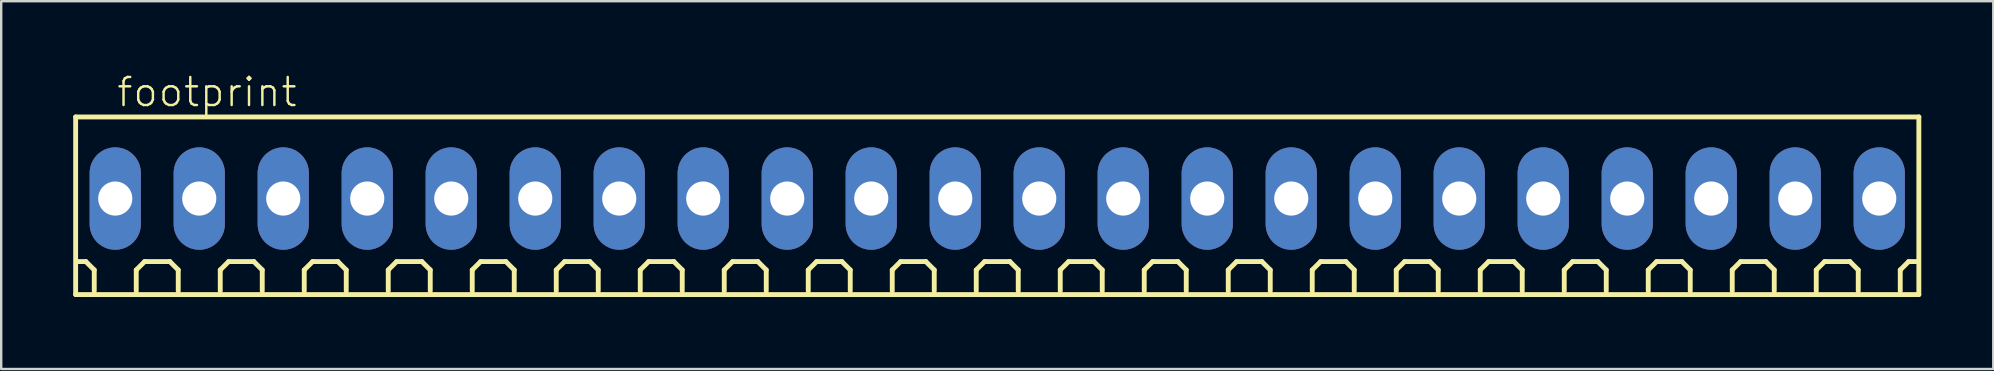
<source format=kicad_pcb>
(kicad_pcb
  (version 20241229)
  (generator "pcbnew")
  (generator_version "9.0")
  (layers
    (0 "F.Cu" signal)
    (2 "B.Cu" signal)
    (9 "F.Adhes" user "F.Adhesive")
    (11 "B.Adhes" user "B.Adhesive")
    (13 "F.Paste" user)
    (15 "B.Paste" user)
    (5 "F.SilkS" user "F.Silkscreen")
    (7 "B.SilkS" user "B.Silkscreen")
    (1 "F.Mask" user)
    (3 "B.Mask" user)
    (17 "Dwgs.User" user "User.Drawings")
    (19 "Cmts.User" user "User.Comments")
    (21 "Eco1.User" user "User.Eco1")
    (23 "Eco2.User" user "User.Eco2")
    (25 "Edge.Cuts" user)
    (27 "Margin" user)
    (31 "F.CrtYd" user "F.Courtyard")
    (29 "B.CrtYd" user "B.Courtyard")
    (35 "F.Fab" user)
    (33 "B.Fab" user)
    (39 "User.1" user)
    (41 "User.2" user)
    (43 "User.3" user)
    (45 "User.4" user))
  (footprint "footprint"
    (layer "F.Cu")
    (at 38.502 5.223)
    (property "Reference" "footprint" (at -36.75 -3.75 0) (layer "F.SilkS") (effects (font (size 1.168 1.168) (thickness 0.102)) (justify left bottom)))
    (fp_line (start -38.4 -3.4) (end 38.4 -3.4) (stroke (width 0.203) (type solid)) (layer "F.SilkS"))
    (fp_line (start -38.4 4) (end -38.4 -3.4) (stroke (width 0.203) (type solid)) (layer "F.SilkS"))
    (fp_line (start -37.975 2.625) (end -38.325 2.625) (stroke (width 0.203) (type solid)) (layer "F.SilkS"))
    (fp_line (start -37.625 2.975) (end -37.975 2.625) (stroke (width 0.203) (type solid)) (layer "F.SilkS"))
    (fp_line (start -37.625 3.85) (end -37.625 2.975) (stroke (width 0.203) (type solid)) (layer "F.SilkS"))
    (fp_line (start -35.875 2.975) (end -35.525 2.625) (stroke (width 0.203) (type solid)) (layer "F.SilkS"))
    (fp_line (start -35.875 3.85) (end -35.875 2.975) (stroke (width 0.203) (type solid)) (layer "F.SilkS"))
    (fp_line (start -35.525 2.625) (end -34.475 2.625) (stroke (width 0.203) (type solid)) (layer "F.SilkS"))
    (fp_line (start -34.475 2.625) (end -34.125 2.975) (stroke (width 0.203) (type solid)) (layer "F.SilkS"))
    (fp_line (start -34.125 2.975) (end -34.125 3.85) (stroke (width 0.203) (type solid)) (layer "F.SilkS"))
    (fp_line (start -32.375 2.975) (end -32.025 2.625) (stroke (width 0.203) (type solid)) (layer "F.SilkS"))
    (fp_line (start -32.375 3.85) (end -32.375 2.975) (stroke (width 0.203) (type solid)) (layer "F.SilkS"))
    (fp_line (start -32.025 2.625) (end -30.975 2.625) (stroke (width 0.203) (type solid)) (layer "F.SilkS"))
    (fp_line (start -30.975 2.625) (end -30.625 2.975) (stroke (width 0.203) (type solid)) (layer "F.SilkS"))
    (fp_line (start -30.625 2.975) (end -30.625 3.85) (stroke (width 0.203) (type solid)) (layer "F.SilkS"))
    (fp_line (start -28.875 2.975) (end -28.525 2.625) (stroke (width 0.203) (type solid)) (layer "F.SilkS"))
    (fp_line (start -28.875 3.85) (end -28.875 2.975) (stroke (width 0.203) (type solid)) (layer "F.SilkS"))
    (fp_line (start -28.525 2.625) (end -27.475 2.625) (stroke (width 0.203) (type solid)) (layer "F.SilkS"))
    (fp_line (start -27.475 2.625) (end -27.125 2.975) (stroke (width 0.203) (type solid)) (layer "F.SilkS"))
    (fp_line (start -27.125 2.975) (end -27.125 3.85) (stroke (width 0.203) (type solid)) (layer "F.SilkS"))
    (fp_line (start -25.375 2.975) (end -25.025 2.625) (stroke (width 0.203) (type solid)) (layer "F.SilkS"))
    (fp_line (start -25.375 3.85) (end -25.375 2.975) (stroke (width 0.203) (type solid)) (layer "F.SilkS"))
    (fp_line (start -25.025 2.625) (end -23.975 2.625) (stroke (width 0.203) (type solid)) (layer "F.SilkS"))
    (fp_line (start -23.975 2.625) (end -23.625 2.975) (stroke (width 0.203) (type solid)) (layer "F.SilkS"))
    (fp_line (start -23.625 2.975) (end -23.625 3.85) (stroke (width 0.203) (type solid)) (layer "F.SilkS"))
    (fp_line (start -21.875 2.975) (end -21.525 2.625) (stroke (width 0.203) (type solid)) (layer "F.SilkS"))
    (fp_line (start -21.875 3.85) (end -21.875 2.975) (stroke (width 0.203) (type solid)) (layer "F.SilkS"))
    (fp_line (start -21.525 2.625) (end -20.475 2.625) (stroke (width 0.203) (type solid)) (layer "F.SilkS"))
    (fp_line (start -20.475 2.625) (end -20.125 2.975) (stroke (width 0.203) (type solid)) (layer "F.SilkS"))
    (fp_line (start -20.125 2.975) (end -20.125 3.85) (stroke (width 0.203) (type solid)) (layer "F.SilkS"))
    (fp_line (start -18.375 2.975) (end -18.025 2.625) (stroke (width 0.203) (type solid)) (layer "F.SilkS"))
    (fp_line (start -18.375 3.85) (end -18.375 2.975) (stroke (width 0.203) (type solid)) (layer "F.SilkS"))
    (fp_line (start -18.025 2.625) (end -16.975 2.625) (stroke (width 0.203) (type solid)) (layer "F.SilkS"))
    (fp_line (start -16.975 2.625) (end -16.625 2.975) (stroke (width 0.203) (type solid)) (layer "F.SilkS"))
    (fp_line (start -16.625 2.975) (end -16.625 3.85) (stroke (width 0.203) (type solid)) (layer "F.SilkS"))
    (fp_line (start -14.875 2.975) (end -14.525 2.625) (stroke (width 0.203) (type solid)) (layer "F.SilkS"))
    (fp_line (start -14.875 3.85) (end -14.875 2.975) (stroke (width 0.203) (type solid)) (layer "F.SilkS"))
    (fp_line (start -14.525 2.625) (end -13.475 2.625) (stroke (width 0.203) (type solid)) (layer "F.SilkS"))
    (fp_line (start -13.475 2.625) (end -13.125 2.975) (stroke (width 0.203) (type solid)) (layer "F.SilkS"))
    (fp_line (start -13.125 2.975) (end -13.125 3.85) (stroke (width 0.203) (type solid)) (layer "F.SilkS"))
    (fp_line (start -11.375 2.975) (end -11.025 2.625) (stroke (width 0.203) (type solid)) (layer "F.SilkS"))
    (fp_line (start -11.375 3.85) (end -11.375 2.975) (stroke (width 0.203) (type solid)) (layer "F.SilkS"))
    (fp_line (start -11.025 2.625) (end -9.975 2.625) (stroke (width 0.203) (type solid)) (layer "F.SilkS"))
    (fp_line (start -9.975 2.625) (end -9.625 2.975) (stroke (width 0.203) (type solid)) (layer "F.SilkS"))
    (fp_line (start -9.625 2.975) (end -9.625 3.85) (stroke (width 0.203) (type solid)) (layer "F.SilkS"))
    (fp_line (start -7.875 2.975) (end -7.525 2.625) (stroke (width 0.203) (type solid)) (layer "F.SilkS"))
    (fp_line (start -7.875 3.85) (end -7.875 2.975) (stroke (width 0.203) (type solid)) (layer "F.SilkS"))
    (fp_line (start -7.525 2.625) (end -6.475 2.625) (stroke (width 0.203) (type solid)) (layer "F.SilkS"))
    (fp_line (start -6.475 2.625) (end -6.125 2.975) (stroke (width 0.203) (type solid)) (layer "F.SilkS"))
    (fp_line (start -6.125 2.975) (end -6.125 3.85) (stroke (width 0.203) (type solid)) (layer "F.SilkS"))
    (fp_line (start -4.375 2.975) (end -4.025 2.625) (stroke (width 0.203) (type solid)) (layer "F.SilkS"))
    (fp_line (start -4.375 3.85) (end -4.375 2.975) (stroke (width 0.203) (type solid)) (layer "F.SilkS"))
    (fp_line (start -4.025 2.625) (end -2.975 2.625) (stroke (width 0.203) (type solid)) (layer "F.SilkS"))
    (fp_line (start -2.975 2.625) (end -2.625 2.975) (stroke (width 0.203) (type solid)) (layer "F.SilkS"))
    (fp_line (start -2.625 2.975) (end -2.625 3.85) (stroke (width 0.203) (type solid)) (layer "F.SilkS"))
    (fp_line (start -0.875 2.975) (end -0.525 2.625) (stroke (width 0.203) (type solid)) (layer "F.SilkS"))
    (fp_line (start -0.875 3.85) (end -0.875 2.975) (stroke (width 0.203) (type solid)) (layer "F.SilkS"))
    (fp_line (start -0.525 2.625) (end 0.525 2.625) (stroke (width 0.203) (type solid)) (layer "F.SilkS"))
    (fp_line (start 0.525 2.625) (end 0.875 2.975) (stroke (width 0.203) (type solid)) (layer "F.SilkS"))
    (fp_line (start 0.875 2.975) (end 0.875 3.85) (stroke (width 0.203) (type solid)) (layer "F.SilkS"))
    (fp_line (start 2.625 2.975) (end 2.975 2.625) (stroke (width 0.203) (type solid)) (layer "F.SilkS"))
    (fp_line (start 2.625 3.85) (end 2.625 2.975) (stroke (width 0.203) (type solid)) (layer "F.SilkS"))
    (fp_line (start 2.975 2.625) (end 4.025 2.625) (stroke (width 0.203) (type solid)) (layer "F.SilkS"))
    (fp_line (start 4.025 2.625) (end 4.375 2.975) (stroke (width 0.203) (type solid)) (layer "F.SilkS"))
    (fp_line (start 4.375 2.975) (end 4.375 3.85) (stroke (width 0.203) (type solid)) (layer "F.SilkS"))
    (fp_line (start 6.125 2.975) (end 6.475 2.625) (stroke (width 0.203) (type solid)) (layer "F.SilkS"))
    (fp_line (start 6.125 3.85) (end 6.125 2.975) (stroke (width 0.203) (type solid)) (layer "F.SilkS"))
    (fp_line (start 6.475 2.625) (end 7.525 2.625) (stroke (width 0.203) (type solid)) (layer "F.SilkS"))
    (fp_line (start 7.525 2.625) (end 7.875 2.975) (stroke (width 0.203) (type solid)) (layer "F.SilkS"))
    (fp_line (start 7.875 2.975) (end 7.875 3.85) (stroke (width 0.203) (type solid)) (layer "F.SilkS"))
    (fp_line (start 9.625 2.975) (end 9.975 2.625) (stroke (width 0.203) (type solid)) (layer "F.SilkS"))
    (fp_line (start 9.625 3.85) (end 9.625 2.975) (stroke (width 0.203) (type solid)) (layer "F.SilkS"))
    (fp_line (start 9.975 2.625) (end 11.025 2.625) (stroke (width 0.203) (type solid)) (layer "F.SilkS"))
    (fp_line (start 11.025 2.625) (end 11.375 2.975) (stroke (width 0.203) (type solid)) (layer "F.SilkS"))
    (fp_line (start 11.375 2.975) (end 11.375 3.85) (stroke (width 0.203) (type solid)) (layer "F.SilkS"))
    (fp_line (start 13.125 2.975) (end 13.475 2.625) (stroke (width 0.203) (type solid)) (layer "F.SilkS"))
    (fp_line (start 13.125 3.85) (end 13.125 2.975) (stroke (width 0.203) (type solid)) (layer "F.SilkS"))
    (fp_line (start 13.475 2.625) (end 14.525 2.625) (stroke (width 0.203) (type solid)) (layer "F.SilkS"))
    (fp_line (start 14.525 2.625) (end 14.875 2.975) (stroke (width 0.203) (type solid)) (layer "F.SilkS"))
    (fp_line (start 14.875 2.975) (end 14.875 3.85) (stroke (width 0.203) (type solid)) (layer "F.SilkS"))
    (fp_line (start 16.625 2.975) (end 16.975 2.625) (stroke (width 0.203) (type solid)) (layer "F.SilkS"))
    (fp_line (start 16.625 3.85) (end 16.625 2.975) (stroke (width 0.203) (type solid)) (layer "F.SilkS"))
    (fp_line (start 16.975 2.625) (end 18.025 2.625) (stroke (width 0.203) (type solid)) (layer "F.SilkS"))
    (fp_line (start 18.025 2.625) (end 18.375 2.975) (stroke (width 0.203) (type solid)) (layer "F.SilkS"))
    (fp_line (start 18.375 2.975) (end 18.375 3.85) (stroke (width 0.203) (type solid)) (layer "F.SilkS"))
    (fp_line (start 20.125 2.975) (end 20.475 2.625) (stroke (width 0.203) (type solid)) (layer "F.SilkS"))
    (fp_line (start 20.125 3.85) (end 20.125 2.975) (stroke (width 0.203) (type solid)) (layer "F.SilkS"))
    (fp_line (start 20.475 2.625) (end 21.525 2.625) (stroke (width 0.203) (type solid)) (layer "F.SilkS"))
    (fp_line (start 21.525 2.625) (end 21.875 2.975) (stroke (width 0.203) (type solid)) (layer "F.SilkS"))
    (fp_line (start 21.875 2.975) (end 21.875 3.85) (stroke (width 0.203) (type solid)) (layer "F.SilkS"))
    (fp_line (start 23.625 2.975) (end 23.975 2.625) (stroke (width 0.203) (type solid)) (layer "F.SilkS"))
    (fp_line (start 23.625 3.85) (end 23.625 2.975) (stroke (width 0.203) (type solid)) (layer "F.SilkS"))
    (fp_line (start 23.975 2.625) (end 25.025 2.625) (stroke (width 0.203) (type solid)) (layer "F.SilkS"))
    (fp_line (start 25.025 2.625) (end 25.375 2.975) (stroke (width 0.203) (type solid)) (layer "F.SilkS"))
    (fp_line (start 25.375 2.975) (end 25.375 3.85) (stroke (width 0.203) (type solid)) (layer "F.SilkS"))
    (fp_line (start 27.125 2.975) (end 27.475 2.625) (stroke (width 0.203) (type solid)) (layer "F.SilkS"))
    (fp_line (start 27.125 3.85) (end 27.125 2.975) (stroke (width 0.203) (type solid)) (layer "F.SilkS"))
    (fp_line (start 27.475 2.625) (end 28.525 2.625) (stroke (width 0.203) (type solid)) (layer "F.SilkS"))
    (fp_line (start 28.525 2.625) (end 28.875 2.975) (stroke (width 0.203) (type solid)) (layer "F.SilkS"))
    (fp_line (start 28.875 2.975) (end 28.875 3.85) (stroke (width 0.203) (type solid)) (layer "F.SilkS"))
    (fp_line (start 30.625 2.975) (end 30.975 2.625) (stroke (width 0.203) (type solid)) (layer "F.SilkS"))
    (fp_line (start 30.625 3.85) (end 30.625 2.975) (stroke (width 0.203) (type solid)) (layer "F.SilkS"))
    (fp_line (start 30.975 2.625) (end 32.025 2.625) (stroke (width 0.203) (type solid)) (layer "F.SilkS"))
    (fp_line (start 32.025 2.625) (end 32.375 2.975) (stroke (width 0.203) (type solid)) (layer "F.SilkS"))
    (fp_line (start 32.375 2.975) (end 32.375 3.85) (stroke (width 0.203) (type solid)) (layer "F.SilkS"))
    (fp_line (start 34.125 2.975) (end 34.475 2.625) (stroke (width 0.203) (type solid)) (layer "F.SilkS"))
    (fp_line (start 34.125 3.85) (end 34.125 2.975) (stroke (width 0.203) (type solid)) (layer "F.SilkS"))
    (fp_line (start 34.475 2.625) (end 35.525 2.625) (stroke (width 0.203) (type solid)) (layer "F.SilkS"))
    (fp_line (start 35.525 2.625) (end 35.875 2.975) (stroke (width 0.203) (type solid)) (layer "F.SilkS"))
    (fp_line (start 35.875 2.975) (end 35.875 3.85) (stroke (width 0.203) (type solid)) (layer "F.SilkS"))
    (fp_line (start 37.625 2.975) (end 37.975 2.625) (stroke (width 0.203) (type solid)) (layer "F.SilkS"))
    (fp_line (start 37.625 3.85) (end 37.625 2.975) (stroke (width 0.203) (type solid)) (layer "F.SilkS"))
    (fp_line (start 37.975 2.625) (end 38.325 2.625) (stroke (width 0.203) (type solid)) (layer "F.SilkS"))
    (fp_line (start 38.4 -3.4) (end 38.4 4) (stroke (width 0.203) (type solid)) (layer "F.SilkS"))
    (fp_line (start 38.4 4) (end -38.4 4) (stroke (width 0.203) (type solid)) (layer "F.SilkS"))
    (pad "1" thru_hole oval (at -36.75 0 90) (size 4.267 2.134) (drill 1.422) (layers "*.Cu" "*.Mask"))
    (pad "2" thru_hole oval (at -33.25 0 90) (size 4.267 2.134) (drill 1.422) (layers "*.Cu" "*.Mask"))
    (pad "3" thru_hole oval (at -29.75 0 90) (size 4.267 2.134) (drill 1.422) (layers "*.Cu" "*.Mask"))
    (pad "4" thru_hole oval (at -26.25 0 90) (size 4.267 2.134) (drill 1.422) (layers "*.Cu" "*.Mask"))
    (pad "5" thru_hole oval (at -22.75 0 90) (size 4.267 2.134) (drill 1.422) (layers "*.Cu" "*.Mask"))
    (pad "6" thru_hole oval (at -19.25 0 90) (size 4.267 2.134) (drill 1.422) (layers "*.Cu" "*.Mask"))
    (pad "7" thru_hole oval (at -15.75 0 90) (size 4.267 2.134) (drill 1.422) (layers "*.Cu" "*.Mask"))
    (pad "8" thru_hole oval (at -12.25 0 90) (size 4.267 2.134) (drill 1.422) (layers "*.Cu" "*.Mask"))
    (pad "9" thru_hole oval (at -8.75 0 90) (size 4.267 2.134) (drill 1.422) (layers "*.Cu" "*.Mask"))
    (pad "10" thru_hole oval (at -5.25 0 90) (size 4.267 2.134) (drill 1.422) (layers "*.Cu" "*.Mask"))
    (pad "11" thru_hole oval (at -1.75 0 90) (size 4.267 2.134) (drill 1.422) (layers "*.Cu" "*.Mask"))
    (pad "12" thru_hole oval (at 1.75 0 90) (size 4.267 2.134) (drill 1.422) (layers "*.Cu" "*.Mask"))
    (pad "13" thru_hole oval (at 5.25 0 90) (size 4.267 2.134) (drill 1.422) (layers "*.Cu" "*.Mask"))
    (pad "14" thru_hole oval (at 8.75 0 90) (size 4.267 2.134) (drill 1.422) (layers "*.Cu" "*.Mask"))
    (pad "15" thru_hole oval (at 12.25 0 90) (size 4.267 2.134) (drill 1.422) (layers "*.Cu" "*.Mask"))
    (pad "16" thru_hole oval (at 15.75 0 90) (size 4.267 2.134) (drill 1.422) (layers "*.Cu" "*.Mask"))
    (pad "17" thru_hole oval (at 19.25 0 90) (size 4.267 2.134) (drill 1.422) (layers "*.Cu" "*.Mask"))
    (pad "18" thru_hole oval (at 22.75 0 90) (size 4.267 2.134) (drill 1.422) (layers "*.Cu" "*.Mask"))
    (pad "19" thru_hole oval (at 26.25 0 90) (size 4.267 2.134) (drill 1.422) (layers "*.Cu" "*.Mask"))
    (pad "20" thru_hole oval (at 29.75 0 90) (size 4.267 2.134) (drill 1.422) (layers "*.Cu" "*.Mask"))
    (pad "21" thru_hole oval (at 33.25 0 90) (size 4.267 2.134) (drill 1.422) (layers "*.Cu" "*.Mask"))
    (pad "22" thru_hole oval (at 36.75 0 90) (size 4.267 2.134) (drill 1.422) (layers "*.Cu" "*.Mask")))
  (gr_rect
    (start -3 -3)
    (end 80.003 12.325)
    (stroke (width 0.1) (type default))
    (fill no)
    (layer "Edge.Cuts")))
</source>
